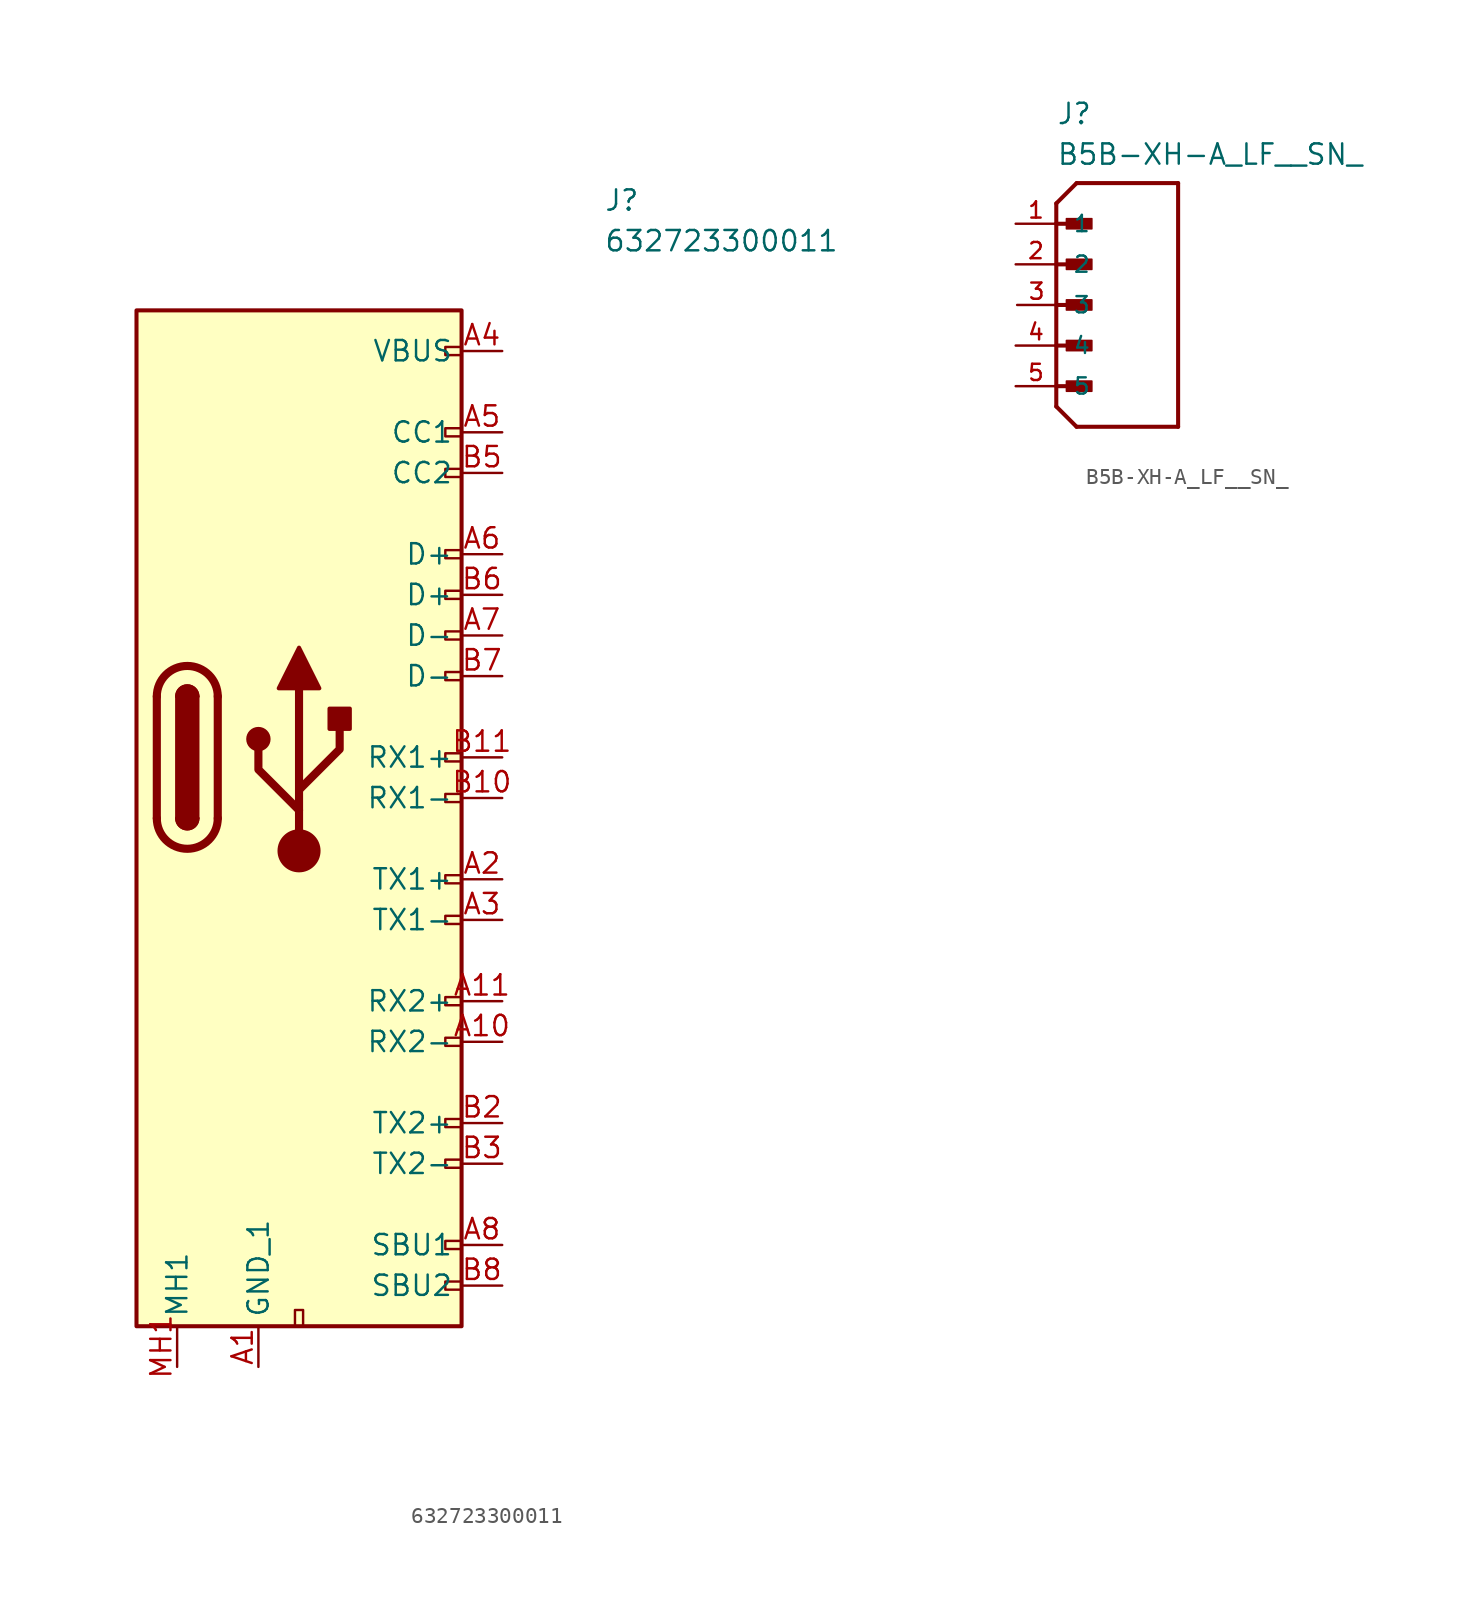
<source format=kicad_sym>
(kicad_symbol_lib
  (version 20241209)
  (generator "kicad_symbol_editor")
  (generator_version "9.0")
  (symbol "632723300011"
    (property "Reference" "J"
      (at 29.21 7.62 0)
      (effects (font (size 1.27 1.27)) (justify left top)))
    (property "Value" "632723300011"
      (at 29.21 5.08 0)
      (effects (font (size 1.27 1.27)) (justify left top)))
    (symbol "632723300011_0_0"
      (rectangle (start 9.906 -63.5) (end 10.414 -62.484) (stroke (width 0) (type default)) (fill (type none)))
      (rectangle (start 20.32 -2.286) (end 19.304 -2.794) (stroke (width 0) (type default)) (fill (type none)))
      (rectangle (start 20.32 -7.366) (end 19.304 -7.874) (stroke (width 0) (type default)) (fill (type none)))
      (rectangle (start 20.32 -9.906) (end 19.304 -10.414) (stroke (width 0) (type default)) (fill (type none)))
      (rectangle (start 20.32 -14.986) (end 19.304 -15.494) (stroke (width 0) (type default)) (fill (type none)))
      (rectangle (start 20.32 -17.526) (end 19.304 -18.034) (stroke (width 0) (type default)) (fill (type none)))
      (rectangle (start 20.32 -20.066) (end 19.304 -20.574) (stroke (width 0) (type default)) (fill (type none)))
      (rectangle (start 20.32 -22.606) (end 19.304 -23.114) (stroke (width 0) (type default)) (fill (type none)))
      (rectangle (start 20.32 -27.686) (end 19.304 -28.194) (stroke (width 0) (type default)) (fill (type none)))
      (rectangle (start 20.32 -30.226) (end 19.304 -30.734) (stroke (width 0) (type default)) (fill (type none)))
      (rectangle (start 20.32 -35.306) (end 19.304 -35.814) (stroke (width 0) (type default)) (fill (type none)))
      (rectangle (start 20.32 -37.846) (end 19.304 -38.354) (stroke (width 0) (type default)) (fill (type none)))
      (rectangle (start 20.32 -42.926) (end 19.304 -43.434) (stroke (width 0) (type default)) (fill (type none)))
      (rectangle (start 20.32 -45.466) (end 19.304 -45.974) (stroke (width 0) (type default)) (fill (type none)))
      (rectangle (start 20.32 -50.546) (end 19.304 -51.054) (stroke (width 0) (type default)) (fill (type none)))
      (rectangle (start 20.32 -53.086) (end 19.304 -53.594) (stroke (width 0) (type default)) (fill (type none)))
      (rectangle (start 20.32 -58.166) (end 19.304 -58.674) (stroke (width 0) (type default)) (fill (type none)))
      (rectangle (start 20.32 -60.706) (end 19.304 -61.214) (stroke (width 0) (type default)) (fill (type none))))
    (symbol "632723300011_0_1"
      (rectangle (start 0 0) (end 20.32 -63.5) (stroke (width 0.254) (type default)) (fill (type background)))
      (polyline (pts (xy 1.27 -31.75) (xy 1.27 -24.13)) (stroke (width 0.508) (type default)) (fill (type none)))
      (rectangle (start 2.54 -31.75) (end 3.81 -24.13) (stroke (width 0.254) (type default)) (fill (type outline)))
      (arc (start 2.54 -24.13) (mid 3.175 -23.4977) (end 3.81 -24.13) (stroke (width 0.254) (type default)) (fill (type none)))
      (arc (start 2.54 -24.13) (mid 3.175 -23.4977) (end 3.81 -24.13) (stroke (width 0.254) (type default)) (fill (type outline)))
      (arc (start 1.27 -24.13) (mid 3.175 -22.2333) (end 5.08 -24.13) (stroke (width 0.508) (type default)) (fill (type none)))
      (arc (start 5.08 -31.75) (mid 3.175 -33.6467) (end 1.27 -31.75) (stroke (width 0.508) (type default)) (fill (type none)))
      (arc (start 3.81 -31.75) (mid 3.175 -32.3823) (end 2.54 -31.75) (stroke (width 0.254) (type default)) (fill (type none)))
      (arc (start 3.81 -31.75) (mid 3.175 -32.3823) (end 2.54 -31.75) (stroke (width 0.254) (type default)) (fill (type outline)))
      (polyline (pts (xy 5.08 -24.13) (xy 5.08 -31.75)) (stroke (width 0.508) (type default)) (fill (type none))))
    (symbol "632723300011_1_1"
      (circle (center 7.62 -26.797) (radius 0.635) (stroke (width 0.254) (type default)) (fill (type outline)))
      (polyline (pts (xy 8.89 -23.622) (xy 10.16 -21.082) (xy 11.43 -23.622) (xy 8.89 -23.622)) (stroke (width 0.254) (type default)) (fill (type outline)))
      (polyline (pts (xy 10.16 -29.972) (xy 12.7 -27.432) (xy 12.7 -26.162)) (stroke (width 0.508) (type default)) (fill (type none)))
      (polyline (pts (xy 10.16 -31.242) (xy 7.62 -28.702) (xy 7.62 -27.432)) (stroke (width 0.508) (type default)) (fill (type none)))
      (polyline (pts (xy 10.16 -33.782) (xy 10.16 -23.622)) (stroke (width 0.508) (type default)) (fill (type none)))
      (circle (center 10.16 -33.782) (radius 1.27) (stroke (width 0) (type default)) (fill (type outline)))
      (rectangle (start 12.065 -26.162) (end 13.335 -24.892) (stroke (width 0.254) (type default)) (fill (type outline)))
      (pin passive line (at 2.54 -66.04 90) (length 2.54) (name "MH1" (effects (font (size 1.27 1.27)))) (number "MH1" (effects (font (size 1.27 1.27)))))
      (pin passive line (at 2.54 -66.04 90) (length 2.54) (hide yes) (name "MH7" (effects (font (size 1.27 1.27)))) (number "MH2" (effects (font (size 1.27 1.27)))))
      (pin passive line (at 2.54 -66.04 90) (length 2.54) (hide yes) (name "MH2" (effects (font (size 1.27 1.27)))) (number "MH3" (effects (font (size 1.27 1.27)))))
      (pin passive line (at 2.54 -66.04 90) (length 2.54) (hide yes) (name "MH6" (effects (font (size 1.27 1.27)))) (number "MH4" (effects (font (size 1.27 1.27)))))
      (pin passive line (at 2.54 -66.04 90) (length 2.54) (hide yes) (name "MH5" (effects (font (size 1.27 1.27)))) (number "MH5" (effects (font (size 1.27 1.27)))))
      (pin passive line (at 7.62 -66.04 90) (length 2.54) (name "GND_1" (effects (font (size 1.27 1.27)))) (number "A1" (effects (font (size 1.27 1.27)))))
      (pin passive line (at 7.62 -66.04 90) (length 2.54) (hide yes) (name "GND_2" (effects (font (size 1.27 1.27)))) (number "A12" (effects (font (size 1.27 1.27)))))
      (pin passive line (at 7.62 -66.04 90) (length 2.54) (hide yes) (name "GND_3" (effects (font (size 1.27 1.27)))) (number "B1" (effects (font (size 1.27 1.27)))))
      (pin passive line (at 7.62 -66.04 90) (length 2.54) (hide yes) (name "GND_4" (effects (font (size 1.27 1.27)))) (number "B12" (effects (font (size 1.27 1.27)))))
      (pin passive line (at 22.86 -2.54 180) (length 2.54) (name "VBUS" (effects (font (size 1.27 1.27)))) (number "A4" (effects (font (size 1.27 1.27)))))
      (pin passive line (at 22.86 -2.54 180) (length 2.54) (hide yes) (name "VBUS" (effects (font (size 1.27 1.27)))) (number "A9" (effects (font (size 1.27 1.27)))))
      (pin passive line (at 22.86 -2.54 180) (length 2.54) (hide yes) (name "VBUS" (effects (font (size 1.27 1.27)))) (number "B4" (effects (font (size 1.27 1.27)))))
      (pin passive line (at 22.86 -2.54 180) (length 2.54) (hide yes) (name "VBUS" (effects (font (size 1.27 1.27)))) (number "B9" (effects (font (size 1.27 1.27)))))
      (pin bidirectional line (at 22.86 -7.62 180) (length 2.54) (name "CC1" (effects (font (size 1.27 1.27)))) (number "A5" (effects (font (size 1.27 1.27)))))
      (pin bidirectional line (at 22.86 -10.16 180) (length 2.54) (name "CC2" (effects (font (size 1.27 1.27)))) (number "B5" (effects (font (size 1.27 1.27)))))
      (pin bidirectional line (at 22.86 -15.24 180) (length 2.54) (name "D+" (effects (font (size 1.27 1.27)))) (number "A6" (effects (font (size 1.27 1.27)))))
      (pin bidirectional line (at 22.86 -17.78 180) (length 2.54) (name "D+" (effects (font (size 1.27 1.27)))) (number "B6" (effects (font (size 1.27 1.27)))))
      (pin bidirectional line (at 22.86 -20.32 180) (length 2.54) (name "D-" (effects (font (size 1.27 1.27)))) (number "A7" (effects (font (size 1.27 1.27)))))
      (pin bidirectional line (at 22.86 -22.86 180) (length 2.54) (name "D-" (effects (font (size 1.27 1.27)))) (number "B7" (effects (font (size 1.27 1.27)))))
      (pin bidirectional line (at 22.86 -27.94 180) (length 2.54) (name "RX1+" (effects (font (size 1.27 1.27)))) (number "B11" (effects (font (size 1.27 1.27)))))
      (pin bidirectional line (at 22.86 -30.48 180) (length 2.54) (name "RX1-" (effects (font (size 1.27 1.27)))) (number "B10" (effects (font (size 1.27 1.27)))))
      (pin bidirectional line (at 22.86 -35.56 180) (length 2.54) (name "TX1+" (effects (font (size 1.27 1.27)))) (number "A2" (effects (font (size 1.27 1.27)))))
      (pin bidirectional line (at 22.86 -38.1 180) (length 2.54) (name "TX1-" (effects (font (size 1.27 1.27)))) (number "A3" (effects (font (size 1.27 1.27)))))
      (pin bidirectional line (at 22.86 -43.18 180) (length 2.54) (name "RX2+" (effects (font (size 1.27 1.27)))) (number "A11" (effects (font (size 1.27 1.27)))))
      (pin bidirectional line (at 22.86 -45.72 180) (length 2.54) (name "RX2-" (effects (font (size 1.27 1.27)))) (number "A10" (effects (font (size 1.27 1.27)))))
      (pin bidirectional line (at 22.86 -50.8 180) (length 2.54) (name "TX2+" (effects (font (size 1.27 1.27)))) (number "B2" (effects (font (size 1.27 1.27)))))
      (pin bidirectional line (at 22.86 -53.34 180) (length 2.54) (name "TX2-" (effects (font (size 1.27 1.27)))) (number "B3" (effects (font (size 1.27 1.27)))))
      (pin bidirectional line (at 22.86 -58.42 180) (length 2.54) (name "SBU1" (effects (font (size 1.27 1.27)))) (number "A8" (effects (font (size 1.27 1.27)))))
      (pin bidirectional line (at 22.86 -60.96 180) (length 2.54) (name "SBU2" (effects (font (size 1.27 1.27)))) (number "B8" (effects (font (size 1.27 1.27)))))))
  (symbol "B5B-XH-A_LF__SN_"
    (pin_names
      (offset 1.016))
    (property "Reference" "J"
      (at 2.54 7.62 0)
      (effects (font (size 1.27 1.27)) (justify left top)))
    (property "Value" "B5B-XH-A_LF__SN_"
      (at 2.54 5.08 0)
      (effects (font (size 1.27 1.27)) (justify left top)))
    (symbol "B5B-XH-A_LF__SN__0_0"
      (polyline (pts (xy 2.54 1.27) (xy 2.54 0)) (stroke (width 0.254) (type default)) (fill (type none)))
      (polyline (pts (xy 2.54 1.27) (xy 3.81 2.54)) (stroke (width 0.254) (type default)) (fill (type none)))
      (polyline (pts (xy 2.54 0) (xy 2.54 -11.43)) (stroke (width 0.254) (type default)) (fill (type none)))
      (polyline (pts (xy 2.54 0) (xy 4.445 0)) (stroke (width 0.254) (type default)) (fill (type none)))
      (polyline (pts (xy 2.54 -2.54) (xy 4.445 -2.54)) (stroke (width 0.254) (type default)) (fill (type none)))
      (polyline (pts (xy 2.54 -5.08) (xy 4.445 -5.08)) (stroke (width 0.254) (type default)) (fill (type none)))
      (polyline (pts (xy 2.54 -7.62) (xy 4.445 -7.62)) (stroke (width 0.254) (type default)) (fill (type none)))
      (polyline (pts (xy 2.54 -10.16) (xy 4.445 -10.16)) (stroke (width 0.254) (type default)) (fill (type none)))
      (polyline (pts (xy 2.54 -11.43) (xy 3.81 -12.7)) (stroke (width 0.254) (type default)) (fill (type none)))
      (rectangle (start 3.175 -0.318) (end 4.763 0.318) (stroke (width 0.1) (type default)) (fill (type outline)))
      (rectangle (start 3.175 -2.857) (end 4.763 -2.223) (stroke (width 0.1) (type default)) (fill (type outline)))
      (rectangle (start 3.175 -5.397) (end 4.763 -4.763) (stroke (width 0.1) (type default)) (fill (type outline)))
      (rectangle (start 3.175 -7.938) (end 4.763 -7.303) (stroke (width 0.1) (type default)) (fill (type outline)))
      (rectangle (start 3.175 -10.477) (end 4.763 -9.842) (stroke (width 0.1) (type default)) (fill (type outline)))
      (polyline (pts (xy 3.81 -12.7) (xy 10.16 -12.7)) (stroke (width 0.254) (type default)) (fill (type none)))
      (polyline (pts (xy 10.16 2.54) (xy 3.81 2.54)) (stroke (width 0.254) (type default)) (fill (type none)))
      (polyline (pts (xy 10.16 -12.7) (xy 10.16 2.54)) (stroke (width 0.254) (type default)) (fill (type none))))
    (symbol "B5B-XH-A_LF__SN__1_0"
      (pin passive line (at 0 0 0) (length 2.54) (name "1" (effects (font (size 1.016 1.016)))) (number "1" (effects (font (size 1.016 1.016)))))
      (pin passive line (at 0 -2.54 0) (length 2.54) (name "2" (effects (font (size 1.016 1.016)))) (number "2" (effects (font (size 1.016 1.016)))))
      (pin passive line (at 0 -7.62 0) (length 2.54) (name "4" (effects (font (size 1.016 1.016)))) (number "4" (effects (font (size 1.016 1.016)))))
      (pin passive line (at 0 -10.16 0) (length 2.54) (name "5" (effects (font (size 1.016 1.016)))) (number "5" (effects (font (size 1.016 1.016)))))
      (pin passive line (at 0.09 -5.08 0) (length 2.45) (name "3" (effects (font (size 1.016 1.016)))) (number "3" (effects (font (size 1.016 1.016))))))))
</source>
